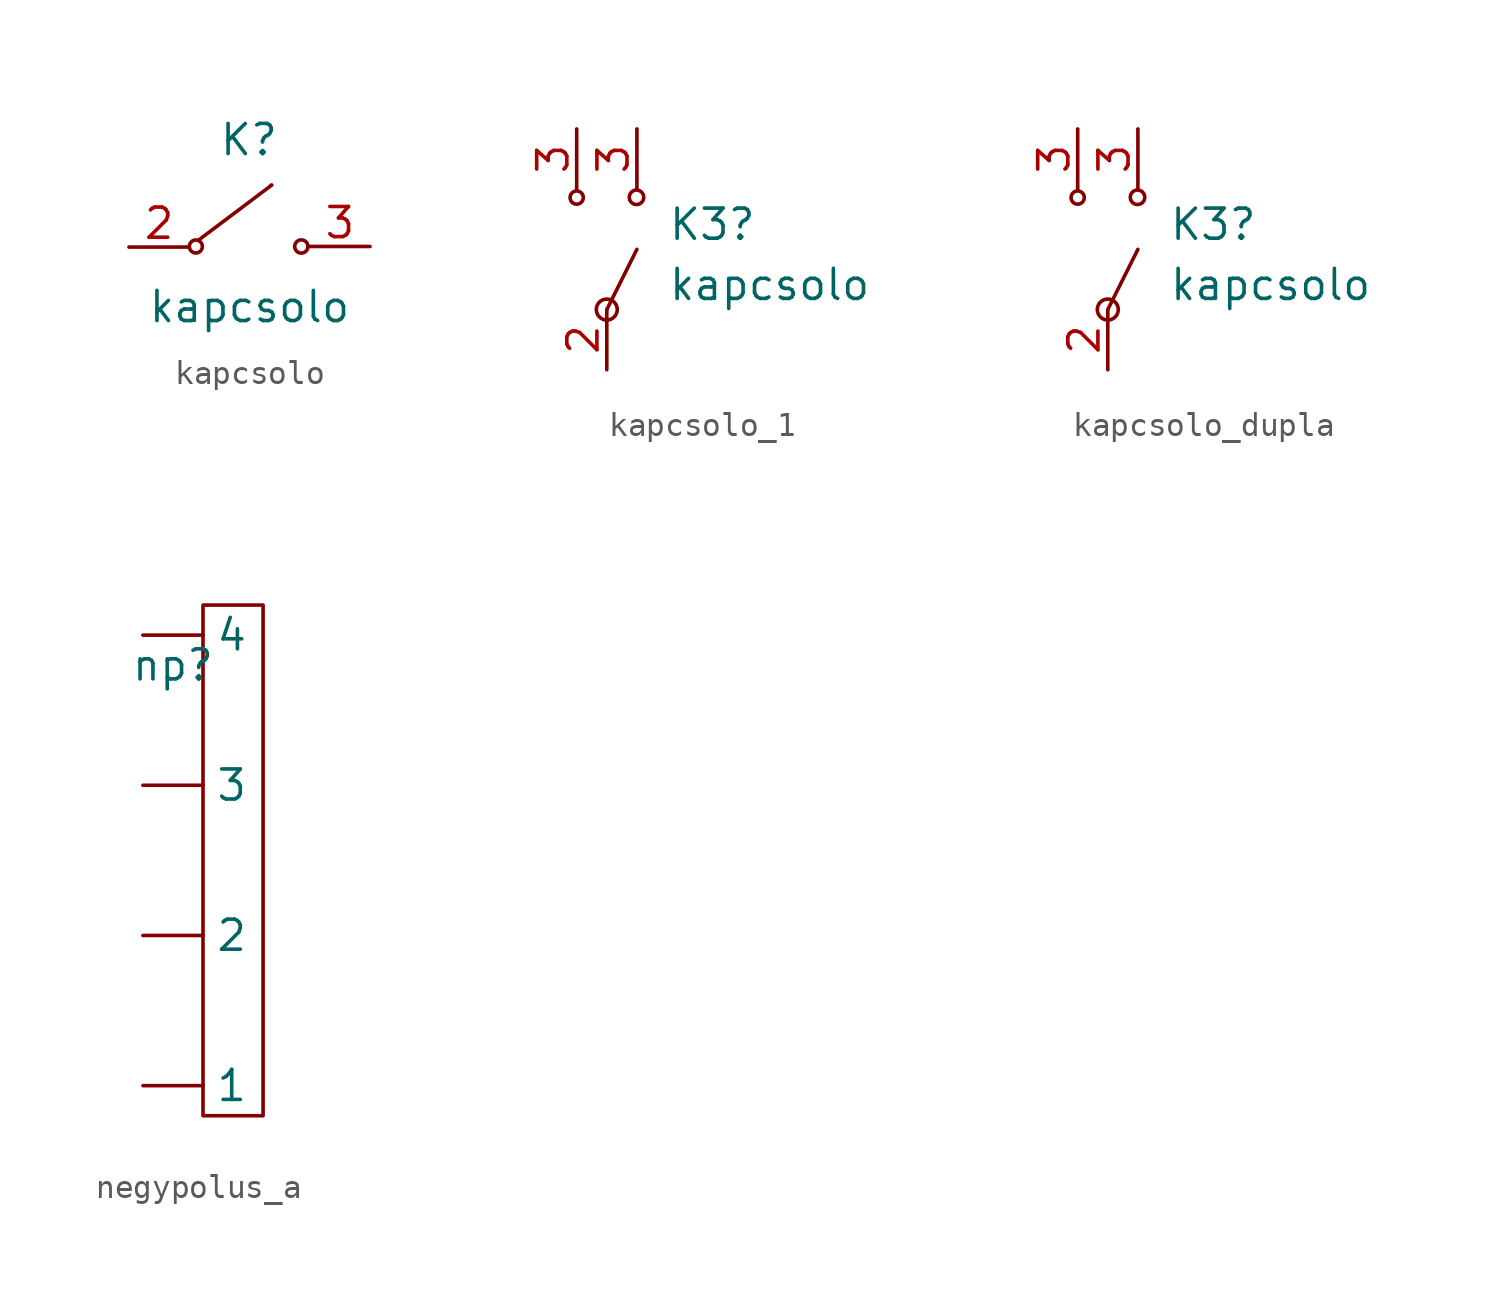
<source format=kicad_sym>
(kicad_symbol_lib
  (version 20231120)
  (generator "kicad_symbol_editor")
  (generator_version "8.0")
  (symbol "kapcsolo"
    (pin_names hide)
    (property "Reference" "K"
      (at -0.025 4.496 0)
      (effects (font (size 1.27 1.27))))
    (property "Value" "kapcsolo"
      (at 0 -2.54 0)
      (effects (font (size 1.27 1.27))))
    (symbol "kapcsolo_0_1"
      (circle (center -2.261 0) (radius 0.274) (stroke (width 0) (type default)) (fill (type none)))
      (polyline (pts (xy -2.134 0.279) (xy 0.94 2.591) (xy 0.914 2.591) (xy 0.889 2.565)) (stroke (width 0) (type default)) (fill (type none)))
      (circle (center 2.184 0) (radius 0.279) (stroke (width 0) (type default)) (fill (type none))))
    (symbol "kapcsolo_1_1"
      (pin passive line (at -5.08 -0.025 0) (length 2.54) (name "A" (effects (font (size 1.27 1.27)))) (number "2" (effects (font (size 1.27 1.27)))))
      (pin passive line (at 5.08 0 180) (length 2.54) (name "B" (effects (font (size 1.27 1.27)))) (number "3" (effects (font (size 1.27 1.27)))))))
  (symbol "kapcsolo_1"
    (pin_names hide)
    (property "Reference" "K3"
      (at 0.025 -2.761 0)
      (effects (font (size 1.27 1.27)) (justify left)))
    (property "Value" "kapcsolo"
      (at 0.025 -5.301 0)
      (effects (font (size 1.27 1.27)) (justify left)))
    (symbol "kapcsolo_1_0_1"
      (circle (center -3.81 -1.626) (radius 0.279) (stroke (width 0) (type default)) (fill (type none)))
      (circle (center -2.54 -6.35) (radius 0.442) (stroke (width 0) (type default)) (fill (type none)))
      (polyline (pts (xy -2.54 -6.35) (xy -1.27 -3.81) (xy -1.27 -3.81) (xy -1.27 -3.81)) (stroke (width 0) (type default)) (fill (type none))))
    (symbol "kapcsolo_1_1_1"
      (circle (center -1.286 -1.614) (radius 0.305) (stroke (width 0) (type default)) (fill (type none)))
      (pin passive line (at -2.54 -8.89 90) (length 2.54) (name "A" (effects (font (size 1.27 1.27)))) (number "2" (effects (font (size 1.27 1.27)))))
      (pin passive line (at -3.81 1.27 270) (length 2.54) (name "B" (effects (font (size 1.27 1.27)))) (number "3" (effects (font (size 1.27 1.27)))))
      (pin passive line (at -1.27 1.27 270) (length 2.54) (name "B" (effects (font (size 1.27 1.27)))) (number "3" (effects (font (size 1.27 1.27)))))))
  (symbol "kapcsolo_dupla"
    (pin_names hide)
    (property "Reference" "K3"
      (at 0.025 -2.761 0)
      (effects (font (size 1.27 1.27)) (justify left)))
    (property "Value" "kapcsolo"
      (at 0.025 -5.301 0)
      (effects (font (size 1.27 1.27)) (justify left)))
    (symbol "kapcsolo_dupla_0_1"
      (circle (center -3.81 -1.626) (radius 0.279) (stroke (width 0) (type default)) (fill (type none)))
      (circle (center -2.54 -6.35) (radius 0.442) (stroke (width 0) (type default)) (fill (type none)))
      (polyline (pts (xy -2.54 -6.35) (xy -1.27 -3.81) (xy -1.27 -3.81) (xy -1.27 -3.81)) (stroke (width 0) (type default)) (fill (type none))))
    (symbol "kapcsolo_dupla_1_1"
      (circle (center -1.286 -1.614) (radius 0.305) (stroke (width 0) (type default)) (fill (type none)))
      (pin passive line (at -2.54 -8.89 90) (length 2.54) (name "A" (effects (font (size 1.27 1.27)))) (number "2" (effects (font (size 1.27 1.27)))))
      (pin passive line (at -3.81 1.27 270) (length 2.54) (name "B" (effects (font (size 1.27 1.27)))) (number "3" (effects (font (size 1.27 1.27)))))
      (pin passive line (at -1.27 1.27 270) (length 2.54) (name "B" (effects (font (size 1.27 1.27)))) (number "3" (effects (font (size 1.27 1.27)))))))
  (symbol "negypolus_a"
    (property "Reference" "np"
      (at 0 0 0)
      (effects (font (size 1.27 1.27))))
    (property "Value" ""
      (at 0 0 0)
      (effects (font (size 1.27 1.27))))
    (symbol "negypolus_a_0_1"
      (rectangle (start 1.27 2.54) (end 3.81 -19.05) (stroke (width 0) (type default)) (fill (type none))))
    (symbol "negypolus_a_1_1"
      (pin passive line (at -1.27 -17.78 0) (length 2.54) (name "1" (effects (font (size 1.27 1.27)))) (number "" (effects (font (size 1.27 1.27)))))
      (pin passive line (at -1.27 -11.43 0) (length 2.54) (name "2" (effects (font (size 1.27 1.27)))) (number "" (effects (font (size 1.27 1.27)))))
      (pin passive line (at -1.27 -5.08 0) (length 2.54) (name "3" (effects (font (size 1.27 1.27)))) (number "" (effects (font (size 1.27 1.27)))))
      (pin passive line (at -1.27 1.27 0) (length 2.54) (name "4" (effects (font (size 1.27 1.27)))) (number "" (effects (font (size 1.27 1.27))))))))
</source>
